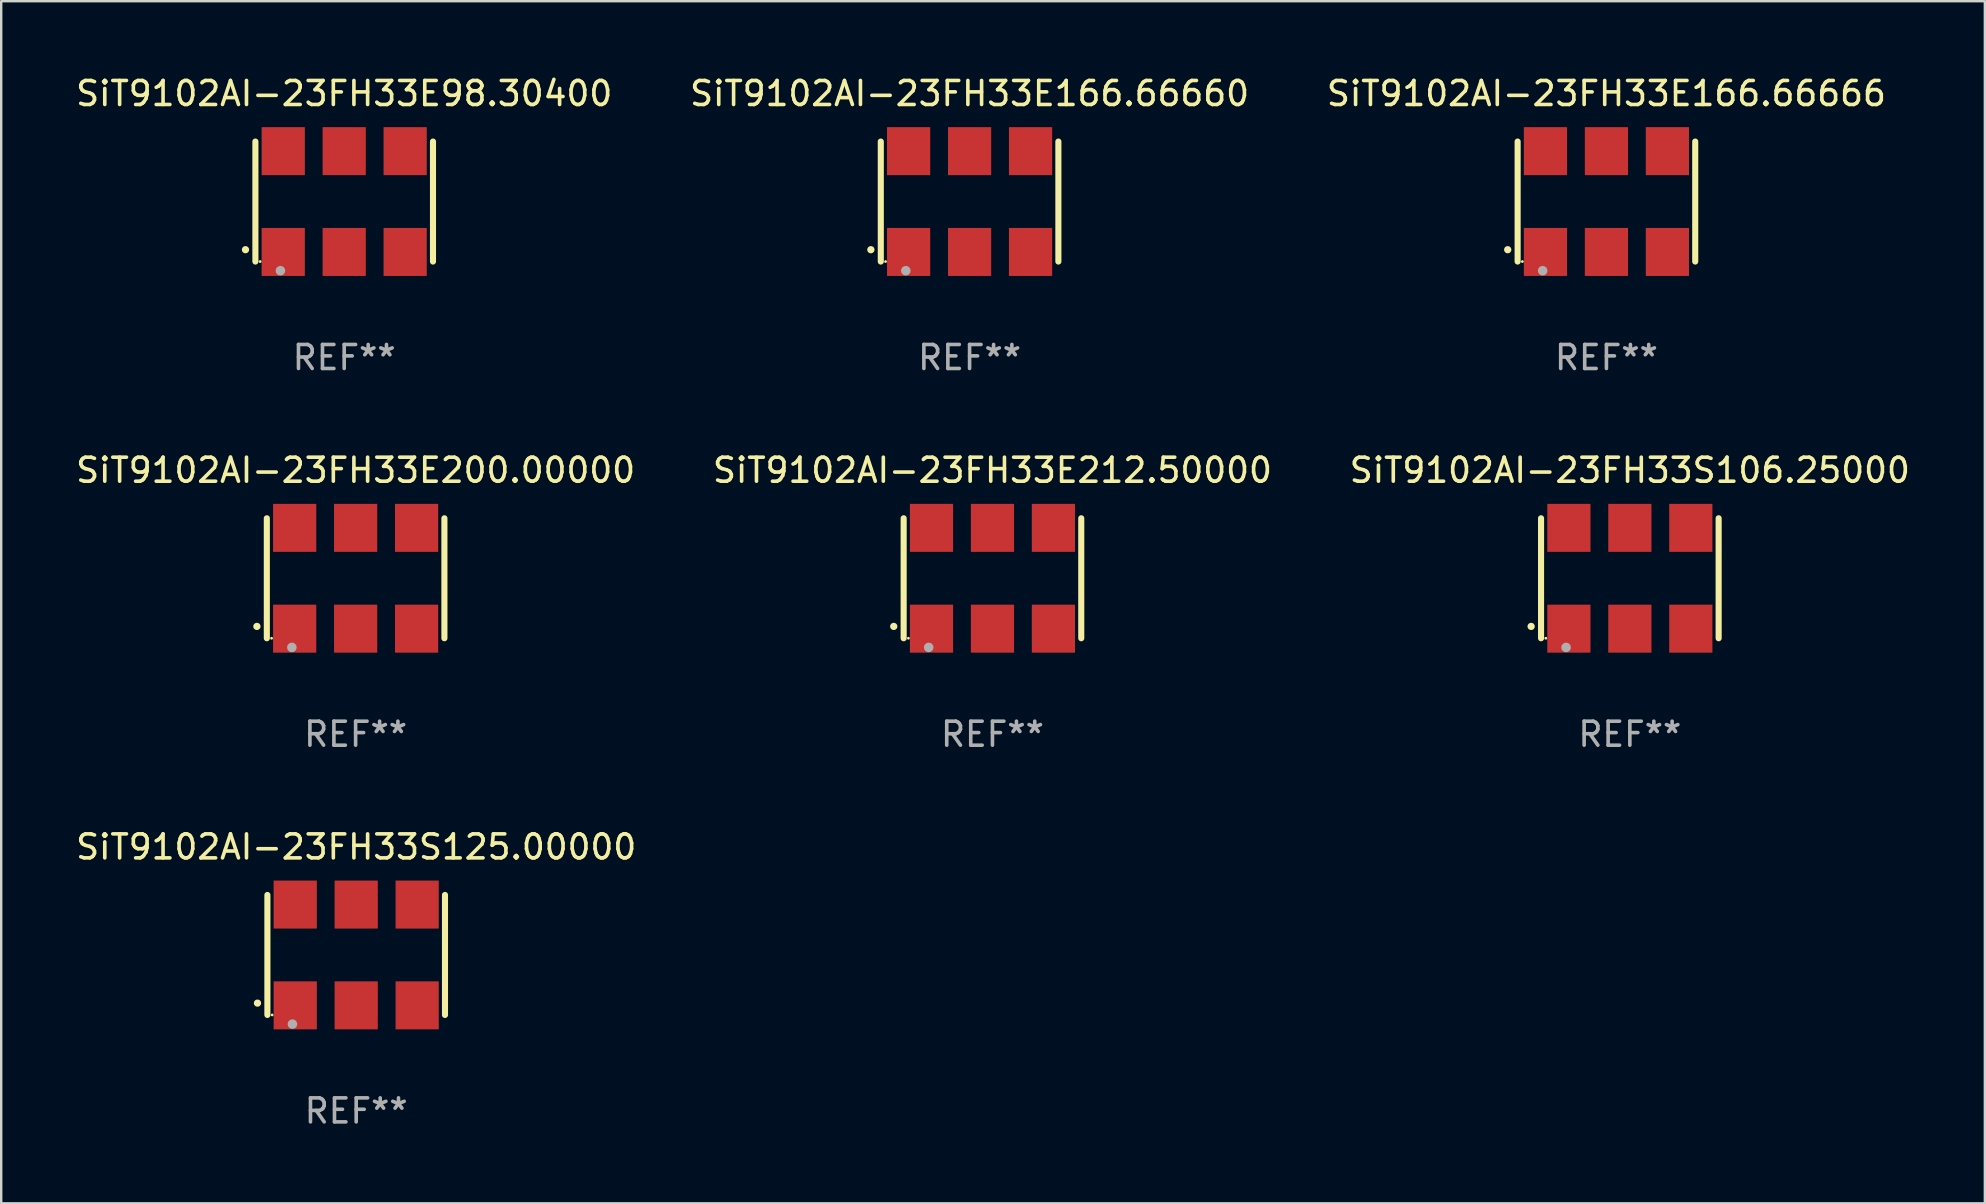
<source format=kicad_pcb>
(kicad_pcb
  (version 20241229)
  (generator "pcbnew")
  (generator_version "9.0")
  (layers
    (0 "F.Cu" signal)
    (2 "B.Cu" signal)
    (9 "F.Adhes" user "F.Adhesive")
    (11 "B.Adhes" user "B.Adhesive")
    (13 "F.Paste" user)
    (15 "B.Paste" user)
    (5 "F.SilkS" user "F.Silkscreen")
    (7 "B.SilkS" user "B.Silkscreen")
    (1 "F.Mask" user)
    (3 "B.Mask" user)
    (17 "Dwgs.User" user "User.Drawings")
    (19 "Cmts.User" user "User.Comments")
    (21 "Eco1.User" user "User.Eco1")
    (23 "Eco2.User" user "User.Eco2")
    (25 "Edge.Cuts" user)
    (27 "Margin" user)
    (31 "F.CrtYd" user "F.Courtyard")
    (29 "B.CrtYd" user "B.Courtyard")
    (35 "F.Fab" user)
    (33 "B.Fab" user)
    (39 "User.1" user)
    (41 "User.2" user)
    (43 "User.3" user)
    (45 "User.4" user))
  (footprint "SiT9102AI-23FH33E200.00000"
    (layer "F.Cu")
    (at 11.768 21.045)
    (property "Reference" "SiT9102AI-23FH33E200.00000" (at 0 -4.5 0) (layer "F.SilkS") (effects (font (size 1 1) (thickness 0.15))))
    (attr through_hole)
    (fp_line (start -3.7 -2.5) (end -3.7 2.5) (stroke (width 0.254) (type solid)) (layer "F.SilkS"))
    (fp_line (start 3.7 -2.5) (end 3.7 2.5) (stroke (width 0.254) (type solid)) (layer "F.SilkS"))
    (fp_arc (start -4.114415 2.006604) (mid -4.113145 2.006599) (end -4.111875 2.006604) (stroke (width 0.3) (type solid)) (layer "F.SilkS"))
    (fp_circle (center -3.502 2.5) (end -3.472 2.5) (stroke (width 0.06) (type solid)) (fill no) (layer "F.SilkS"))
    (fp_circle (center -2.657 2.882) (end -2.557 2.882) (stroke (width 0.2) (type solid)) (fill no) (layer "F.Fab"))
    (fp_text user "REF**" (at 0 6.5 0) (layer "F.Fab") (effects (font (size 1 1) (thickness 0.15))))
    (pad "1" smd rect (at -2.54 2.1) (size 1.8 2) (layers "F.Cu" "F.Mask" "F.Paste"))
    (pad "2" smd rect (at 0.000394 2.1) (size 1.8 2) (layers "F.Cu" "F.Mask" "F.Paste"))
    (pad "3" smd rect (at 2.54 2.1) (size 1.8 2) (layers "F.Cu" "F.Mask" "F.Paste"))
    (pad "4" smd rect (at 2.54 -2.1) (size 1.8 2) (layers "F.Cu" "F.Mask" "F.Paste"))
    (pad "5" smd rect (at 0.000394 -2.1) (size 1.8 2) (layers "F.Cu" "F.Mask" "F.Paste"))
    (pad "6" smd rect (at -2.54 -2.1) (size 1.8 2) (layers "F.Cu" "F.Mask" "F.Paste")))
  (footprint "SiT9102AI-23FH33E166.66666"
    (layer "F.Cu")
    (at 63.887 5.348)
    (property "Reference" "SiT9102AI-23FH33E166.66666" (at 0 -4.5 0) (layer "F.SilkS") (effects (font (size 1 1) (thickness 0.15))))
    (attr through_hole)
    (fp_line (start -3.7 -2.5) (end -3.7 2.5) (stroke (width 0.254) (type solid)) (layer "F.SilkS"))
    (fp_line (start 3.7 -2.5) (end 3.7 2.5) (stroke (width 0.254) (type solid)) (layer "F.SilkS"))
    (fp_arc (start -4.114415 2.006604) (mid -4.113145 2.006599) (end -4.111875 2.006604) (stroke (width 0.3) (type solid)) (layer "F.SilkS"))
    (fp_circle (center -3.502 2.5) (end -3.472 2.5) (stroke (width 0.06) (type solid)) (fill no) (layer "F.SilkS"))
    (fp_circle (center -2.657 2.882) (end -2.557 2.882) (stroke (width 0.2) (type solid)) (fill no) (layer "F.Fab"))
    (fp_text user "REF**" (at 0 6.5 0) (layer "F.Fab") (effects (font (size 1 1) (thickness 0.15))))
    (pad "1" smd rect (at -2.54 2.1) (size 1.8 2) (layers "F.Cu" "F.Mask" "F.Paste"))
    (pad "2" smd rect (at 0.000394 2.1) (size 1.8 2) (layers "F.Cu" "F.Mask" "F.Paste"))
    (pad "3" smd rect (at 2.54 2.1) (size 1.8 2) (layers "F.Cu" "F.Mask" "F.Paste"))
    (pad "4" smd rect (at 2.54 -2.1) (size 1.8 2) (layers "F.Cu" "F.Mask" "F.Paste"))
    (pad "5" smd rect (at 0.000394 -2.1) (size 1.8 2) (layers "F.Cu" "F.Mask" "F.Paste"))
    (pad "6" smd rect (at -2.54 -2.1) (size 1.8 2) (layers "F.Cu" "F.Mask" "F.Paste")))
  (footprint "SiT9102AI-23FH33S125.00000"
    (layer "F.Cu")
    (at 11.792 36.741)
    (property "Reference" "SiT9102AI-23FH33S125.00000" (at 0 -4.5 0) (layer "F.SilkS") (effects (font (size 1 1) (thickness 0.15))))
    (attr through_hole)
    (fp_line (start -3.7 -2.5) (end -3.7 2.5) (stroke (width 0.254) (type solid)) (layer "F.SilkS"))
    (fp_line (start 3.7 -2.5) (end 3.7 2.5) (stroke (width 0.254) (type solid)) (layer "F.SilkS"))
    (fp_arc (start -4.114415 2.006604) (mid -4.113145 2.006599) (end -4.111875 2.006604) (stroke (width 0.3) (type solid)) (layer "F.SilkS"))
    (fp_circle (center -3.502 2.5) (end -3.472 2.5) (stroke (width 0.06) (type solid)) (fill no) (layer "F.SilkS"))
    (fp_circle (center -2.657 2.882) (end -2.557 2.882) (stroke (width 0.2) (type solid)) (fill no) (layer "F.Fab"))
    (fp_text user "REF**" (at 0 6.5 0) (layer "F.Fab") (effects (font (size 1 1) (thickness 0.15))))
    (pad "1" smd rect (at -2.54 2.1) (size 1.8 2) (layers "F.Cu" "F.Mask" "F.Paste"))
    (pad "2" smd rect (at 0.000394 2.1) (size 1.8 2) (layers "F.Cu" "F.Mask" "F.Paste"))
    (pad "3" smd rect (at 2.54 2.1) (size 1.8 2) (layers "F.Cu" "F.Mask" "F.Paste"))
    (pad "4" smd rect (at 2.54 -2.1) (size 1.8 2) (layers "F.Cu" "F.Mask" "F.Paste"))
    (pad "5" smd rect (at 0.000394 -2.1) (size 1.8 2) (layers "F.Cu" "F.Mask" "F.Paste"))
    (pad "6" smd rect (at -2.54 -2.1) (size 1.8 2) (layers "F.Cu" "F.Mask" "F.Paste")))
  (footprint "SiT9102AI-23FH33E212.50000"
    (layer "F.Cu")
    (at 38.304 21.045)
    (property "Reference" "SiT9102AI-23FH33E212.50000" (at 0 -4.5 0) (layer "F.SilkS") (effects (font (size 1 1) (thickness 0.15))))
    (attr through_hole)
    (fp_line (start -3.7 -2.5) (end -3.7 2.5) (stroke (width 0.254) (type solid)) (layer "F.SilkS"))
    (fp_line (start 3.7 -2.5) (end 3.7 2.5) (stroke (width 0.254) (type solid)) (layer "F.SilkS"))
    (fp_arc (start -4.114415 2.006604) (mid -4.113145 2.006599) (end -4.111875 2.006604) (stroke (width 0.3) (type solid)) (layer "F.SilkS"))
    (fp_circle (center -3.502 2.5) (end -3.472 2.5) (stroke (width 0.06) (type solid)) (fill no) (layer "F.SilkS"))
    (fp_circle (center -2.657 2.882) (end -2.557 2.882) (stroke (width 0.2) (type solid)) (fill no) (layer "F.Fab"))
    (fp_text user "REF**" (at 0 6.5 0) (layer "F.Fab") (effects (font (size 1 1) (thickness 0.15))))
    (pad "1" smd rect (at -2.54 2.1) (size 1.8 2) (layers "F.Cu" "F.Mask" "F.Paste"))
    (pad "2" smd rect (at 0.000394 2.1) (size 1.8 2) (layers "F.Cu" "F.Mask" "F.Paste"))
    (pad "3" smd rect (at 2.54 2.1) (size 1.8 2) (layers "F.Cu" "F.Mask" "F.Paste"))
    (pad "4" smd rect (at 2.54 -2.1) (size 1.8 2) (layers "F.Cu" "F.Mask" "F.Paste"))
    (pad "5" smd rect (at 0.000394 -2.1) (size 1.8 2) (layers "F.Cu" "F.Mask" "F.Paste"))
    (pad "6" smd rect (at -2.54 -2.1) (size 1.8 2) (layers "F.Cu" "F.Mask" "F.Paste")))
  (footprint "SiT9102AI-23FH33E166.66660"
    (layer "F.Cu")
    (at 37.351 5.348)
    (property "Reference" "SiT9102AI-23FH33E166.66660" (at 0 -4.5 0) (layer "F.SilkS") (effects (font (size 1 1) (thickness 0.15))))
    (attr through_hole)
    (fp_line (start -3.7 -2.5) (end -3.7 2.5) (stroke (width 0.254) (type solid)) (layer "F.SilkS"))
    (fp_line (start 3.7 -2.5) (end 3.7 2.5) (stroke (width 0.254) (type solid)) (layer "F.SilkS"))
    (fp_arc (start -4.114415 2.006604) (mid -4.113145 2.006599) (end -4.111875 2.006604) (stroke (width 0.3) (type solid)) (layer "F.SilkS"))
    (fp_circle (center -3.502 2.5) (end -3.472 2.5) (stroke (width 0.06) (type solid)) (fill no) (layer "F.SilkS"))
    (fp_circle (center -2.657 2.882) (end -2.557 2.882) (stroke (width 0.2) (type solid)) (fill no) (layer "F.Fab"))
    (fp_text user "REF**" (at 0 6.5 0) (layer "F.Fab") (effects (font (size 1 1) (thickness 0.15))))
    (pad "1" smd rect (at -2.54 2.1) (size 1.8 2) (layers "F.Cu" "F.Mask" "F.Paste"))
    (pad "2" smd rect (at 0.000394 2.1) (size 1.8 2) (layers "F.Cu" "F.Mask" "F.Paste"))
    (pad "3" smd rect (at 2.54 2.1) (size 1.8 2) (layers "F.Cu" "F.Mask" "F.Paste"))
    (pad "4" smd rect (at 2.54 -2.1) (size 1.8 2) (layers "F.Cu" "F.Mask" "F.Paste"))
    (pad "5" smd rect (at 0.000394 -2.1) (size 1.8 2) (layers "F.Cu" "F.Mask" "F.Paste"))
    (pad "6" smd rect (at -2.54 -2.1) (size 1.8 2) (layers "F.Cu" "F.Mask" "F.Paste")))
  (footprint "SiT9102AI-23FH33S106.25000"
    (layer "F.Cu")
    (at 64.863 21.045)
    (property "Reference" "SiT9102AI-23FH33S106.25000" (at 0 -4.5 0) (layer "F.SilkS") (effects (font (size 1 1) (thickness 0.15))))
    (attr through_hole)
    (fp_line (start -3.7 -2.5) (end -3.7 2.5) (stroke (width 0.254) (type solid)) (layer "F.SilkS"))
    (fp_line (start 3.7 -2.5) (end 3.7 2.5) (stroke (width 0.254) (type solid)) (layer "F.SilkS"))
    (fp_arc (start -4.114415 2.006604) (mid -4.113145 2.006599) (end -4.111875 2.006604) (stroke (width 0.3) (type solid)) (layer "F.SilkS"))
    (fp_circle (center -3.502 2.5) (end -3.472 2.5) (stroke (width 0.06) (type solid)) (fill no) (layer "F.SilkS"))
    (fp_circle (center -2.657 2.882) (end -2.557 2.882) (stroke (width 0.2) (type solid)) (fill no) (layer "F.Fab"))
    (fp_text user "REF**" (at 0 6.5 0) (layer "F.Fab") (effects (font (size 1 1) (thickness 0.15))))
    (pad "1" smd rect (at -2.54 2.1) (size 1.8 2) (layers "F.Cu" "F.Mask" "F.Paste"))
    (pad "2" smd rect (at 0.000394 2.1) (size 1.8 2) (layers "F.Cu" "F.Mask" "F.Paste"))
    (pad "3" smd rect (at 2.54 2.1) (size 1.8 2) (layers "F.Cu" "F.Mask" "F.Paste"))
    (pad "4" smd rect (at 2.54 -2.1) (size 1.8 2) (layers "F.Cu" "F.Mask" "F.Paste"))
    (pad "5" smd rect (at 0.000394 -2.1) (size 1.8 2) (layers "F.Cu" "F.Mask" "F.Paste"))
    (pad "6" smd rect (at -2.54 -2.1) (size 1.8 2) (layers "F.Cu" "F.Mask" "F.Paste")))
  (footprint "SiT9102AI-23FH33E98.30400"
    (layer "F.Cu")
    (at 11.292 5.348)
    (property "Reference" "SiT9102AI-23FH33E98.30400" (at 0 -4.5 0) (layer "F.SilkS") (effects (font (size 1 1) (thickness 0.15))))
    (attr through_hole)
    (fp_line (start -3.7 -2.5) (end -3.7 2.5) (stroke (width 0.254) (type solid)) (layer "F.SilkS"))
    (fp_line (start 3.7 -2.5) (end 3.7 2.5) (stroke (width 0.254) (type solid)) (layer "F.SilkS"))
    (fp_arc (start -4.114415 2.006604) (mid -4.113145 2.006599) (end -4.111875 2.006604) (stroke (width 0.3) (type solid)) (layer "F.SilkS"))
    (fp_circle (center -3.502 2.5) (end -3.472 2.5) (stroke (width 0.06) (type solid)) (fill no) (layer "F.SilkS"))
    (fp_circle (center -2.657 2.882) (end -2.557 2.882) (stroke (width 0.2) (type solid)) (fill no) (layer "F.Fab"))
    (fp_text user "REF**" (at 0 6.5 0) (layer "F.Fab") (effects (font (size 1 1) (thickness 0.15))))
    (pad "1" smd rect (at -2.54 2.1) (size 1.8 2) (layers "F.Cu" "F.Mask" "F.Paste"))
    (pad "2" smd rect (at 0.000394 2.1) (size 1.8 2) (layers "F.Cu" "F.Mask" "F.Paste"))
    (pad "3" smd rect (at 2.54 2.1) (size 1.8 2) (layers "F.Cu" "F.Mask" "F.Paste"))
    (pad "4" smd rect (at 2.54 -2.1) (size 1.8 2) (layers "F.Cu" "F.Mask" "F.Paste"))
    (pad "5" smd rect (at 0.000394 -2.1) (size 1.8 2) (layers "F.Cu" "F.Mask" "F.Paste"))
    (pad "6" smd rect (at -2.54 -2.1) (size 1.8 2) (layers "F.Cu" "F.Mask" "F.Paste")))
  (gr_rect
    (start -3 -3)
    (end 79.655 47.09)
    (stroke (width 0.1) (type default))
    (fill no)
    (layer "Edge.Cuts")))
</source>
